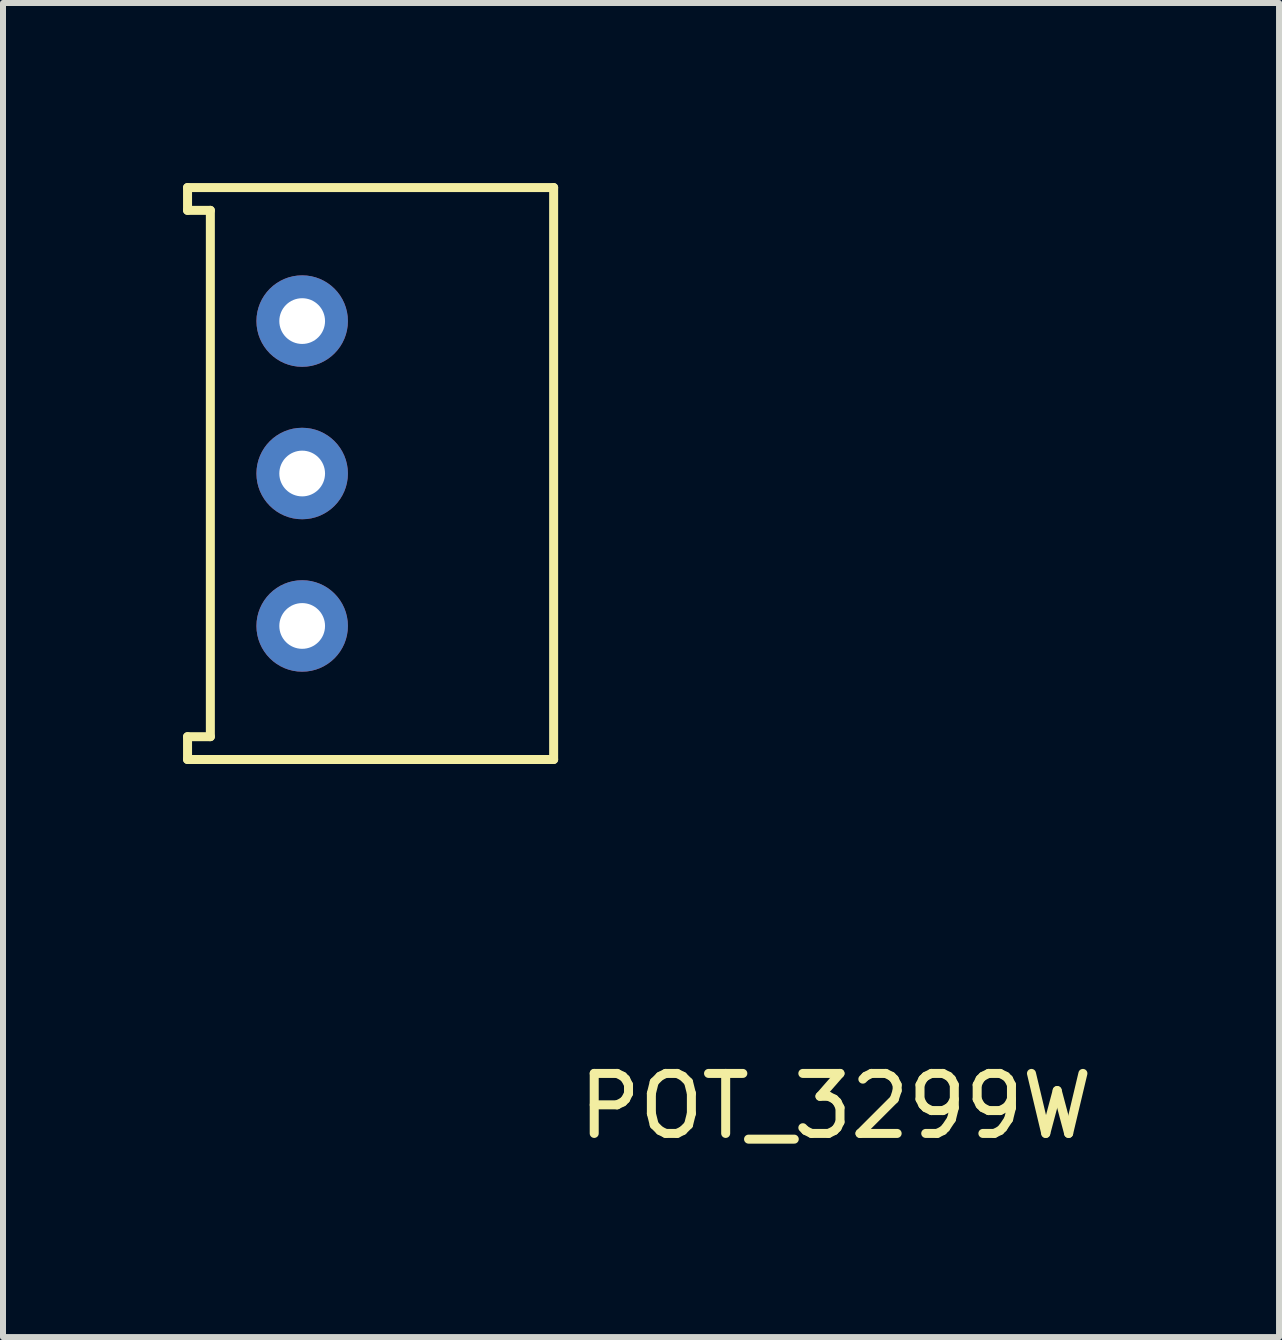
<source format=kicad_pcb>
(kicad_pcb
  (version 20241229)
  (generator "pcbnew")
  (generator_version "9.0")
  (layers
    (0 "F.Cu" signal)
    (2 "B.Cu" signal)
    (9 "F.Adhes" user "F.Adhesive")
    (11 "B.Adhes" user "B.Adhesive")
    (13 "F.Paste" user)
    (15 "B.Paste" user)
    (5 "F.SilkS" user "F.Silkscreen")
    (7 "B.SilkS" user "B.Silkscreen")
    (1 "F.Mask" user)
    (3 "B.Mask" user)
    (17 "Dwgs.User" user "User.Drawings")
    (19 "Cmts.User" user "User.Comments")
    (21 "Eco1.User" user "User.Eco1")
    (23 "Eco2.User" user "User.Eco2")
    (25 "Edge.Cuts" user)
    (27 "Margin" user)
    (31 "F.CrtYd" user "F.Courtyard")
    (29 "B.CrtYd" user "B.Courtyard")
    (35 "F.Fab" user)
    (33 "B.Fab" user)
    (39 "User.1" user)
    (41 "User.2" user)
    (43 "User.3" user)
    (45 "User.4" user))
  (footprint "POT_3299W"
    (layer "F.Cu")
    (at 1.985 7.38)
    (property "Reference" "POT_3299W" (at 8.89 8.001 0) (layer "F.SilkS") (effects (font (size 1 1) (thickness 0.15))))
    (attr through_hole)
    (fp_line (start -1.91 -7.305) (end -1.91 -6.925) (stroke (width 0.15) (type solid)) (layer "F.SilkS"))
    (fp_line (start -1.91 1.845) (end -1.91 2.225) (stroke (width 0.15) (type solid)) (layer "F.SilkS"))
    (fp_line (start -1.53 -6.925) (end -1.91 -6.925) (stroke (width 0.15) (type solid)) (layer "F.SilkS"))
    (fp_line (start -1.53 1.845) (end -1.91 1.845) (stroke (width 0.15) (type solid)) (layer "F.SilkS"))
    (fp_line (start -1.53 1.845) (end -1.53 -6.925) (stroke (width 0.15) (type solid)) (layer "F.SilkS"))
    (fp_line (start 4.19 -7.305) (end -1.91 -7.305) (stroke (width 0.15) (type solid)) (layer "F.SilkS"))
    (fp_line (start 4.19 2.225) (end -1.91 2.225) (stroke (width 0.15) (type solid)) (layer "F.SilkS"))
    (fp_line (start 4.19 2.225) (end 4.19 -7.305) (stroke (width 0.15) (type solid)) (layer "F.SilkS"))
    (pad "1" thru_hole circle (at 0 0) (size 1.524 1.524) (drill 0.762) (layers "*.Cu" "*.Mask"))
    (pad "2" thru_hole circle (at 0 -2.54) (size 1.524 1.524) (drill 0.762) (layers "*.Cu" "*.Mask"))
    (pad "3" thru_hole circle (at 0 -5.08) (size 1.524 1.524) (drill 0.762) (layers "*.Cu" "*.Mask")))
  (gr_rect
    (start -3 -3)
    (end 18.262 19.229)
    (stroke (width 0.1) (type default))
    (fill no)
    (layer "Edge.Cuts")))
</source>
